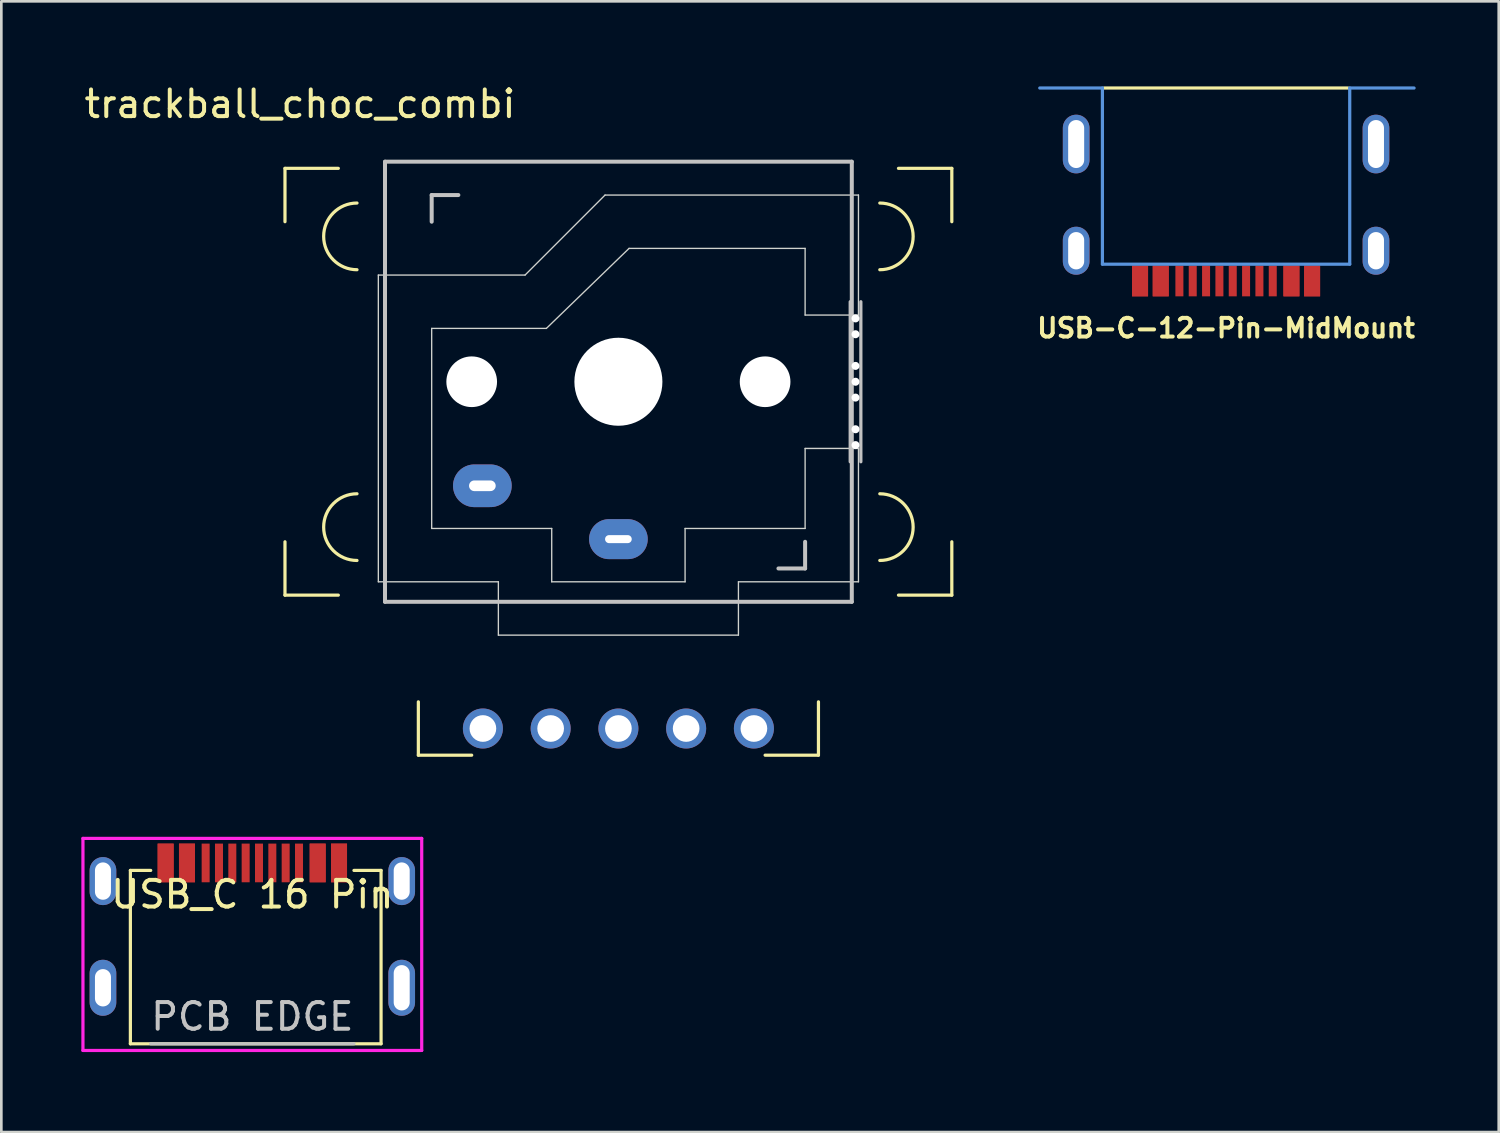
<source format=kicad_pcb>
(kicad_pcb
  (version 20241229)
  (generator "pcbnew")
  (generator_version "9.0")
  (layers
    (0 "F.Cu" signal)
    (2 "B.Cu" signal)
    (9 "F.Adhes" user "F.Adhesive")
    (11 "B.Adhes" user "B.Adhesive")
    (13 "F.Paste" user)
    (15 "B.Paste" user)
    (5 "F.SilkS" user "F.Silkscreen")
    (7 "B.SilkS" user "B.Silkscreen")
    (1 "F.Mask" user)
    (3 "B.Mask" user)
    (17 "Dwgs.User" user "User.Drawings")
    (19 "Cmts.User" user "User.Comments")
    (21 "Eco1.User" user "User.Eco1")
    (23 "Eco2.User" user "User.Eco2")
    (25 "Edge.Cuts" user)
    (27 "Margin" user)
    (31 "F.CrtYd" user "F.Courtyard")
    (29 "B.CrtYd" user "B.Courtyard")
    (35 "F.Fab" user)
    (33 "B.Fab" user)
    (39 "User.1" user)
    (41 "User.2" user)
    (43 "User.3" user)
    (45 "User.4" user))
  (footprint "trackball_choc_combi"
    (layer "F.Cu")
    (at 20.134 11.262)
    (property "Reference" "trackball_choc_combi" (at -11.938 -10.414 0) (layer "F.SilkS") (effects (font (size 1 1) (thickness 0.15))))
    (attr through_hole)
    (fp_line (start -12.5 -8) (end -10.5 -8) (stroke (width 0.12) (type solid)) (layer "F.SilkS"))
    (fp_line (start -12.5 -6) (end -12.5 -8) (stroke (width 0.12) (type solid)) (layer "F.SilkS"))
    (fp_line (start -12.5 8) (end -12.5 6) (stroke (width 0.12) (type solid)) (layer "F.SilkS"))
    (fp_line (start -12.5 8) (end -10.5 8) (stroke (width 0.12) (type solid)) (layer "F.SilkS"))
    (fp_line (start -7.5 14) (end -7.5 12) (stroke (width 0.12) (type solid)) (layer "F.SilkS"))
    (fp_line (start -5.5 14) (end -7.5 14) (stroke (width 0.12) (type solid)) (layer "F.SilkS"))
    (fp_line (start 7.5 12) (end 7.5 14) (stroke (width 0.12) (type solid)) (layer "F.SilkS"))
    (fp_line (start 7.5 14) (end 5.5 14) (stroke (width 0.12) (type solid)) (layer "F.SilkS"))
    (fp_line (start 12.5 -8) (end 10.5 -8) (stroke (width 0.12) (type solid)) (layer "F.SilkS"))
    (fp_line (start 12.5 -6) (end 12.5 -8) (stroke (width 0.12) (type solid)) (layer "F.SilkS"))
    (fp_line (start 12.5 6) (end 12.5 8) (stroke (width 0.12) (type solid)) (layer "F.SilkS"))
    (fp_line (start 12.5 8) (end 10.5 8) (stroke (width 0.12) (type solid)) (layer "F.SilkS"))
    (fp_arc (start -9.8 -4.2) (mid -11.05 -5.45) (end -9.8 -6.7) (stroke (width 0.12) (type solid)) (layer "F.SilkS"))
    (fp_arc (start -9.8 6.7) (mid -11.05 5.45) (end -9.8 4.2) (stroke (width 0.12) (type solid)) (layer "F.SilkS"))
    (fp_arc (start 9.8 -6.7) (mid 11.05 -5.45) (end 9.8 -4.2) (stroke (width 0.12) (type solid)) (layer "F.SilkS"))
    (fp_arc (start 9.8 4.2) (mid 11.05 5.45) (end 9.8 6.7) (stroke (width 0.12) (type solid)) (layer "F.SilkS"))
    (fp_line (start -8.75 -8.25) (end 8.75 -8.25) (stroke (width 0.15) (type solid)) (layer "Dwgs.User"))
    (fp_line (start -8.75 8.25) (end -8.75 -8.25) (stroke (width 0.15) (type solid)) (layer "Dwgs.User"))
    (fp_line (start -7 -7) (end -6 -7) (stroke (width 0.15) (type solid)) (layer "Dwgs.User"))
    (fp_line (start -7 -6) (end -7 -7) (stroke (width 0.15) (type solid)) (layer "Dwgs.User"))
    (fp_line (start 6 7) (end 7 7) (stroke (width 0.15) (type solid)) (layer "Dwgs.User"))
    (fp_line (start 7 7) (end 7 6) (stroke (width 0.15) (type solid)) (layer "Dwgs.User"))
    (fp_line (start 8.69 3) (end 8.69 -3) (stroke (width 0.12) (type solid)) (layer "Dwgs.User"))
    (fp_line (start 8.75 -8.25) (end 8.75 8.25) (stroke (width 0.15) (type solid)) (layer "Dwgs.User"))
    (fp_line (start 8.75 8.25) (end -8.75 8.25) (stroke (width 0.15) (type solid)) (layer "Dwgs.User"))
    (fp_line (start 9.09 3) (end 9.09 -3) (stroke (width 0.12) (type solid)) (layer "Dwgs.User"))
    (fp_line (start -9 -4) (end -9 7.5) (stroke (width 0.05) (type solid)) (layer "Edge.Cuts"))
    (fp_line (start -9 -4) (end -3.5 -4) (stroke (width 0.05) (type solid)) (layer "Edge.Cuts"))
    (fp_line (start -9 7.5) (end -4.5 7.5) (stroke (width 0.05) (type solid)) (layer "Edge.Cuts"))
    (fp_line (start -7 -2) (end -7 5.5) (stroke (width 0.05) (type solid)) (layer "Edge.Cuts"))
    (fp_line (start -7 5.5) (end -2.5 5.5) (stroke (width 0.05) (type solid)) (layer "Edge.Cuts"))
    (fp_line (start -4.5 7.5) (end -4.5 9.5) (stroke (width 0.05) (type solid)) (layer "Edge.Cuts"))
    (fp_line (start -4.5 9.5) (end 4.5 9.5) (stroke (width 0.05) (type solid)) (layer "Edge.Cuts"))
    (fp_line (start -2.7 -2) (end -7 -2) (stroke (width 0.05) (type solid)) (layer "Edge.Cuts"))
    (fp_line (start -2.7 -2) (end 0.4 -5) (stroke (width 0.05) (type solid)) (layer "Edge.Cuts"))
    (fp_line (start -2.5 5.5) (end -2.5 7.5) (stroke (width 0.05) (type solid)) (layer "Edge.Cuts"))
    (fp_line (start -2.5 7.5) (end 2.5 7.5) (stroke (width 0.05) (type solid)) (layer "Edge.Cuts"))
    (fp_line (start -0.5 -7) (end -3.5 -4) (stroke (width 0.05) (type solid)) (layer "Edge.Cuts"))
    (fp_line (start 2.5 5.5) (end 2.5 7.5) (stroke (width 0.05) (type solid)) (layer "Edge.Cuts"))
    (fp_line (start 2.5 5.5) (end 7 5.5) (stroke (width 0.05) (type solid)) (layer "Edge.Cuts"))
    (fp_line (start 4.5 7.5) (end 4.5 9.5) (stroke (width 0.05) (type solid)) (layer "Edge.Cuts"))
    (fp_line (start 4.5 7.5) (end 9 7.5) (stroke (width 0.05) (type solid)) (layer "Edge.Cuts"))
    (fp_line (start 7 -5) (end 0.4 -5) (stroke (width 0.05) (type solid)) (layer "Edge.Cuts"))
    (fp_line (start 7 -5) (end 7 -2.5) (stroke (width 0.05) (type solid)) (layer "Edge.Cuts"))
    (fp_line (start 7 -2.5) (end 9 -2.5) (stroke (width 0.05) (type solid)) (layer "Edge.Cuts"))
    (fp_line (start 7 2.5) (end 7 5.5) (stroke (width 0.05) (type solid)) (layer "Edge.Cuts"))
    (fp_line (start 7 2.5) (end 9 2.5) (stroke (width 0.05) (type solid)) (layer "Edge.Cuts"))
    (fp_line (start 9 -7) (end -0.5 -7) (stroke (width 0.05) (type solid)) (layer "Edge.Cuts"))
    (fp_line (start 9 -7) (end 9 -2.5) (stroke (width 0.05) (type solid)) (layer "Edge.Cuts"))
    (fp_line (start 9 7.5) (end 9 2.5) (stroke (width 0.05) (type solid)) (layer "Edge.Cuts"))
    (pad "" np_thru_hole circle (at -5.5 0 90) (size 1.9 1.9) (drill 1.9) (layers "*.Cu" "*.Mask"))
    (pad "" np_thru_hole circle (at 0 0 90) (size 3.3 3.3) (drill 3.3) (layers "*.Cu" "*.Mask"))
    (pad "" np_thru_hole circle (at 5.5 0 90) (size 1.9 1.9) (drill 1.9) (layers "*.Cu" "*.Mask"))
    (pad "" np_thru_hole circle (at 8.89 -2.375 90) (size 0.3 0.3) (drill 0.3) (layers "*.Cu" "*.Mask"))
    (pad "" np_thru_hole circle (at 8.89 -1.781 90) (size 0.3 0.3) (drill 0.3) (layers "*.Cu" "*.Mask"))
    (pad "" np_thru_hole circle (at 8.89 -0.594 90) (size 0.3 0.3) (drill 0.3) (layers "*.Cu" "*.Mask"))
    (pad "" np_thru_hole circle (at 8.89 0 90) (size 0.3 0.3) (drill 0.3) (layers "*.Cu" "*.Mask"))
    (pad "" np_thru_hole circle (at 8.89 0.594 90) (size 0.3 0.3) (drill 0.3) (layers "*.Cu" "*.Mask"))
    (pad "" np_thru_hole circle (at 8.89 1.781 90) (size 0.3 0.3) (drill 0.3) (layers "*.Cu" "*.Mask"))
    (pad "" np_thru_hole circle (at 8.89 2.375 90) (size 0.3 0.3) (drill 0.3) (layers "*.Cu" "*.Mask"))
    (pad "1" thru_hole oval (at -5.1 3.9) (size 2.2 1.6) (drill oval 1 0.4) (layers "*.Cu" "B.Mask"))
    (pad "2" thru_hole oval (at 0 5.9) (size 2.2 1.5) (drill oval 1 0.3) (layers "*.Cu" "B.Mask"))
    (pad "GND" thru_hole circle (at 5.08 13) (size 1.5 1.5) (drill 1) (layers "*.Cu" "*.Mask"))
    (pad "INT" thru_hole circle (at 2.54 13) (size 1.5 1.5) (drill 1) (layers "*.Cu" "*.Mask"))
    (pad "SCL" thru_hole circle (at 0 13) (size 1.5 1.5) (drill 1) (layers "*.Cu" "*.Mask"))
    (pad "SDA" thru_hole circle (at -2.54 13) (size 1.5 1.5) (drill 1) (layers "*.Cu" "*.Mask"))
    (pad "VCC" thru_hole circle (at -5.08 13) (size 1.5 1.5) (drill 1) (layers "*.Cu" "*.Mask")))
  (footprint "USB-C-12-Pin-MidMount"
    (layer "F.Cu")
    (at 42.916 0.25)
    (property "Reference" "USB-C-12-Pin-MidMount" (at 0 9 0) (layer "F.SilkS") (effects (font (size 0.7 0.7) (thickness 0.15))))
    (attr through_hole)
    (fp_line (start 4.572 0) (end -4.572 0) (stroke (width 0.12) (type solid)) (layer "F.SilkS"))
    (fp_line (start -6.985 0) (end -4.636 0) (stroke (width 0.12) (type solid)) (layer "Cmts.User"))
    (fp_line (start -4.636 0) (end -4.636 6.604) (stroke (width 0.12) (type solid)) (layer "Cmts.User"))
    (fp_line (start -4.636 6.604) (end 4.636 6.604) (stroke (width 0.12) (type solid)) (layer "Cmts.User"))
    (fp_line (start 4.636 0) (end 7.048 0) (stroke (width 0.12) (type solid)) (layer "Cmts.User"))
    (fp_line (start 4.636 6.604) (end 4.636 0) (stroke (width 0.12) (type solid)) (layer "Cmts.User"))
    (pad "A1" smd rect (at 3.225 7.235) (size 0.6 1.15) (layers "F.Cu" "F.Mask" "F.Paste"))
    (pad "A4" smd rect (at 2.45 7.235) (size 0.6 1.15) (layers "F.Cu" "F.Mask" "F.Paste"))
    (pad "A5" smd rect (at 1.25 7.235) (size 0.3 1.15) (layers "F.Cu" "F.Mask" "F.Paste"))
    (pad "A6" smd rect (at 0.25 7.235) (size 0.3 1.15) (layers "F.Cu" "F.Mask" "F.Paste"))
    (pad "A7" smd rect (at -0.25 7.235) (size 0.3 1.15) (layers "F.Cu" "F.Mask" "F.Paste"))
    (pad "A8" smd rect (at -1.25 7.235) (size 0.3 1.15) (layers "F.Cu" "F.Mask" "F.Paste"))
    (pad "A9" smd rect (at -2.45 7.235) (size 0.6 1.15) (layers "F.Cu" "F.Mask" "F.Paste"))
    (pad "A12" smd rect (at -3.225 7.235) (size 0.6 1.15) (layers "F.Cu" "F.Mask" "F.Paste"))
    (pad "B1" smd rect (at -3.225 7.235) (size 0.6 1.15) (layers "F.Cu" "F.Mask" "F.Paste"))
    (pad "B4" smd rect (at -2.45 7.235) (size 0.6 1.15) (layers "F.Cu" "F.Mask" "F.Paste"))
    (pad "B5" smd rect (at -1.75 7.235) (size 0.3 1.15) (layers "F.Cu" "F.Mask" "F.Paste"))
    (pad "B6" smd rect (at -0.75 7.235) (size 0.3 1.15) (layers "F.Cu" "F.Mask" "F.Paste"))
    (pad "B7" smd rect (at 0.75 7.235) (size 0.3 1.15) (layers "F.Cu" "F.Mask" "F.Paste"))
    (pad "B8" smd rect (at 1.75 7.235) (size 0.3 1.15) (layers "F.Cu" "F.Mask" "F.Paste"))
    (pad "B9" smd rect (at 2.45 7.235) (size 0.6 1.15) (layers "F.Cu" "F.Mask" "F.Paste"))
    (pad "B12" smd rect (at 3.225 7.235) (size 0.6 1.15) (layers "F.Cu" "F.Mask" "F.Paste"))
    (pad "S1" thru_hole oval (at -5.62 2.1) (size 1 2.2) (drill oval 0.6 1.8) (layers "*.Cu" "*.Mask"))
    (pad "S1" thru_hole oval (at -5.62 6.1) (size 1 1.8) (drill oval 0.6 1.4) (layers "*.Cu" "*.Mask"))
    (pad "S1" thru_hole oval (at 5.62 2.1) (size 1 2.2) (drill oval 0.6 1.8) (layers "*.Cu" "*.Mask"))
    (pad "S1" thru_hole oval (at 5.62 6.1) (size 1 1.8) (drill oval 0.6 1.4) (layers "*.Cu" "*.Mask")))
  (footprint "USB_C 16 Pin"
    (layer "F.Cu")
    (at 6.41 29.982)
    (property "Reference" "USB_C 16 Pin" (at 0 0.5 0) (layer "F.SilkS") (effects (font (size 1 1) (thickness 0.15))))
    (attr through_hole)
    (fp_line (start -4.572 -0.4) (end -4.572 6.1) (stroke (width 0.12) (type solid)) (layer "F.SilkS"))
    (fp_line (start -4.572 6.1) (end 4.826 6.1) (stroke (width 0.12) (type solid)) (layer "F.SilkS"))
    (fp_line (start -3.81 -0.4) (end -4.572 -0.4) (stroke (width 0.12) (type solid)) (layer "F.SilkS"))
    (fp_line (start 4.826 -0.4) (end 3.81 -0.4) (stroke (width 0.12) (type solid)) (layer "F.SilkS"))
    (fp_line (start 4.826 6.1) (end 4.826 -0.4) (stroke (width 0.12) (type solid)) (layer "F.SilkS"))
    (fp_line (start -3.81 6.1) (end 3.81 6.1) (stroke (width 0.12) (type solid)) (layer "Dwgs.User"))
    (fp_line (start -6.35 -1.6) (end -6.35 6.35) (stroke (width 0.12) (type solid)) (layer "F.CrtYd"))
    (fp_line (start -6.35 6.35) (end 6.35 6.35) (stroke (width 0.12) (type solid)) (layer "F.CrtYd"))
    (fp_line (start 6.35 -1.6) (end -6.35 -1.6) (stroke (width 0.12) (type solid)) (layer "F.CrtYd"))
    (fp_line (start 6.35 6.35) (end 6.35 -1.6) (stroke (width 0.12) (type solid)) (layer "F.CrtYd"))
    (fp_text user "PCB EDGE" (at 0 5.08 0) (layer "Dwgs.User") (effects (font (size 1 1) (thickness 0.15))))
    (pad "A1" smd rect (at -3.25 -0.68) (size 0.6 1.45) (layers "F.Cu" "F.Mask" "F.Paste"))
    (pad "A4" smd rect (at -2.45 -0.68) (size 0.6 1.45) (layers "F.Cu" "F.Mask" "F.Paste"))
    (pad "A5" smd rect (at -1.25 -0.68) (size 0.3 1.45) (layers "F.Cu" "F.Mask" "F.Paste"))
    (pad "A6" smd rect (at -0.25 -0.68) (size 0.3 1.45) (layers "F.Cu" "F.Mask" "F.Paste"))
    (pad "A7" smd rect (at 0.25 -0.68) (size 0.3 1.45) (layers "F.Cu" "F.Mask" "F.Paste"))
    (pad "A8" smd rect (at 1.25 -0.68) (size 0.3 1.45) (layers "F.Cu" "F.Mask" "F.Paste"))
    (pad "A9" smd rect (at 2.45 -0.68) (size 0.6 1.45) (layers "F.Cu" "F.Mask" "F.Paste"))
    (pad "A12" smd rect (at 3.25 -0.68) (size 0.6 1.45) (layers "F.Cu" "F.Mask" "F.Paste"))
    (pad "B1" smd rect (at 3.25 -0.68) (size 0.6 1.45) (layers "F.Cu" "F.Mask" "F.Paste"))
    (pad "B4" smd rect (at 2.45 -0.68) (size 0.6 1.45) (layers "F.Cu" "F.Mask" "F.Paste"))
    (pad "B5" smd rect (at 1.75 -0.68) (size 0.3 1.45) (layers "F.Cu" "F.Mask" "F.Paste"))
    (pad "B6" smd rect (at 0.75 -0.68) (size 0.3 1.45) (layers "F.Cu" "F.Mask" "F.Paste"))
    (pad "B7" smd rect (at -0.75 -0.68) (size 0.3 1.45) (layers "F.Cu" "F.Mask" "F.Paste"))
    (pad "B8" smd rect (at -1.75 -0.68) (size 0.3 1.45) (layers "F.Cu" "F.Mask" "F.Paste"))
    (pad "B9" smd rect (at -2.45 -0.68) (size 0.6 1.45) (layers "F.Cu" "F.Mask" "F.Paste"))
    (pad "B12" smd rect (at -3.25 -0.68) (size 0.6 1.45) (layers "F.Cu" "F.Mask" "F.Paste"))
    (pad "S1" thru_hole oval (at -5.6 0) (size 1 1.8) (drill oval 0.6 1.4) (layers "*.Cu" "*.Mask"))
    (pad "S1" thru_hole oval (at -5.6 4) (size 1 2.1) (drill oval 0.6 1.4) (layers "*.Cu" "*.Mask"))
    (pad "S1" thru_hole oval (at 5.6 0) (size 1 1.8) (drill oval 0.6 1.4) (layers "*.Cu" "*.Mask"))
    (pad "S1" thru_hole oval (at 5.6 4) (size 1 2.1) (drill oval 0.6 1.7) (layers "*.Cu" "*.Mask")))
  (gr_rect
    (start -3 -3)
    (end 53.138 39.392)
    (stroke (width 0.1) (type default))
    (fill no)
    (layer "Edge.Cuts")))
</source>
